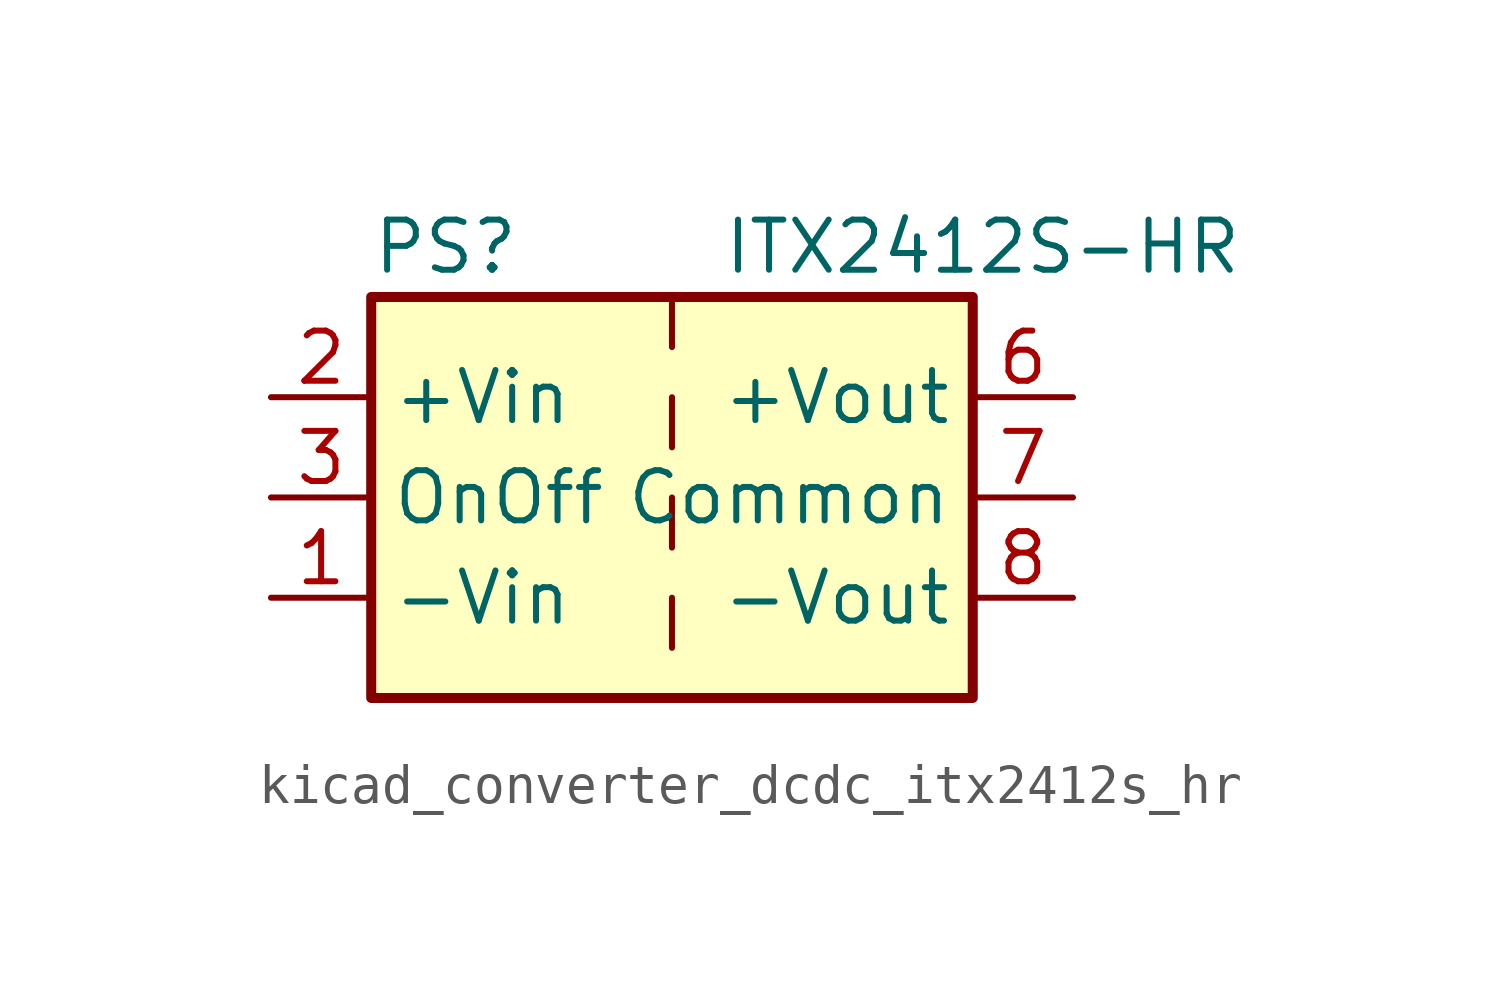
<source format=kicad_sym>
(kicad_symbol_lib
  (version 20220914)
  (generator kicad_symbol_editor)
  (symbol "kicad_converter_dcdc_itx2412s_hr"
    (property "Reference" "PS"
      (at -7.62 6.35 0)
      (effects (font (size 1.27 1.27)) (justify left)))
    (property "Value" "ITX2412S-HR"
      (at 1.27 6.35 0)
      (effects (font (size 1.27 1.27)) (justify left)))
    (symbol "kicad_converter_dcdc_itx2412s_hr_0_0"
      (pin power_in line (at -10.16 -2.54 0) (length 2.54) (name "-Vin" (effects (font (size 1.27 1.27)))) (number "1" (effects (font (size 1.27 1.27)))))
      (pin power_in line (at -10.16 2.54 0) (length 2.54) (name "+Vin" (effects (font (size 1.27 1.27)))) (number "2" (effects (font (size 1.27 1.27)))))
      (pin input line (at -10.16 0 0) (length 2.54) (name "OnOff" (effects (font (size 1.27 1.27)))) (number "3" (effects (font (size 1.27 1.27)))))
      (pin no_connect line (at 0 5.08 270) (length 2.54) hide (name "NC" (effects (font (size 1.27 1.27)))) (number "5" (effects (font (size 1.27 1.27)))))
      (pin power_out line (at 10.16 2.54 180) (length 2.54) (name "+Vout" (effects (font (size 1.27 1.27)))) (number "6" (effects (font (size 1.27 1.27)))))
      (pin power_out line (at 10.16 0 180) (length 2.54) (name "Common" (effects (font (size 1.27 1.27)))) (number "7" (effects (font (size 1.27 1.27)))))
      (pin power_out line (at 10.16 -2.54 180) (length 2.54) (name "-Vout" (effects (font (size 1.27 1.27)))) (number "8" (effects (font (size 1.27 1.27))))))
    (symbol "kicad_converter_dcdc_itx2412s_hr_0_1"
      (rectangle (start -7.62 5.08) (end 7.62 -5.08) (stroke (width 0.254) (type default)) (fill (type background)))
      (polyline (pts (xy 0 -2.54) (xy 0 -3.81)) (stroke (width 0) (type default)) (fill (type none)))
      (polyline (pts (xy 0 0) (xy 0 -1.27)) (stroke (width 0) (type default)) (fill (type none)))
      (polyline (pts (xy 0 2.54) (xy 0 1.27)) (stroke (width 0) (type default)) (fill (type none)))
      (polyline (pts (xy 0 5.08) (xy 0 3.81)) (stroke (width 0) (type default)) (fill (type none))))))
</source>
